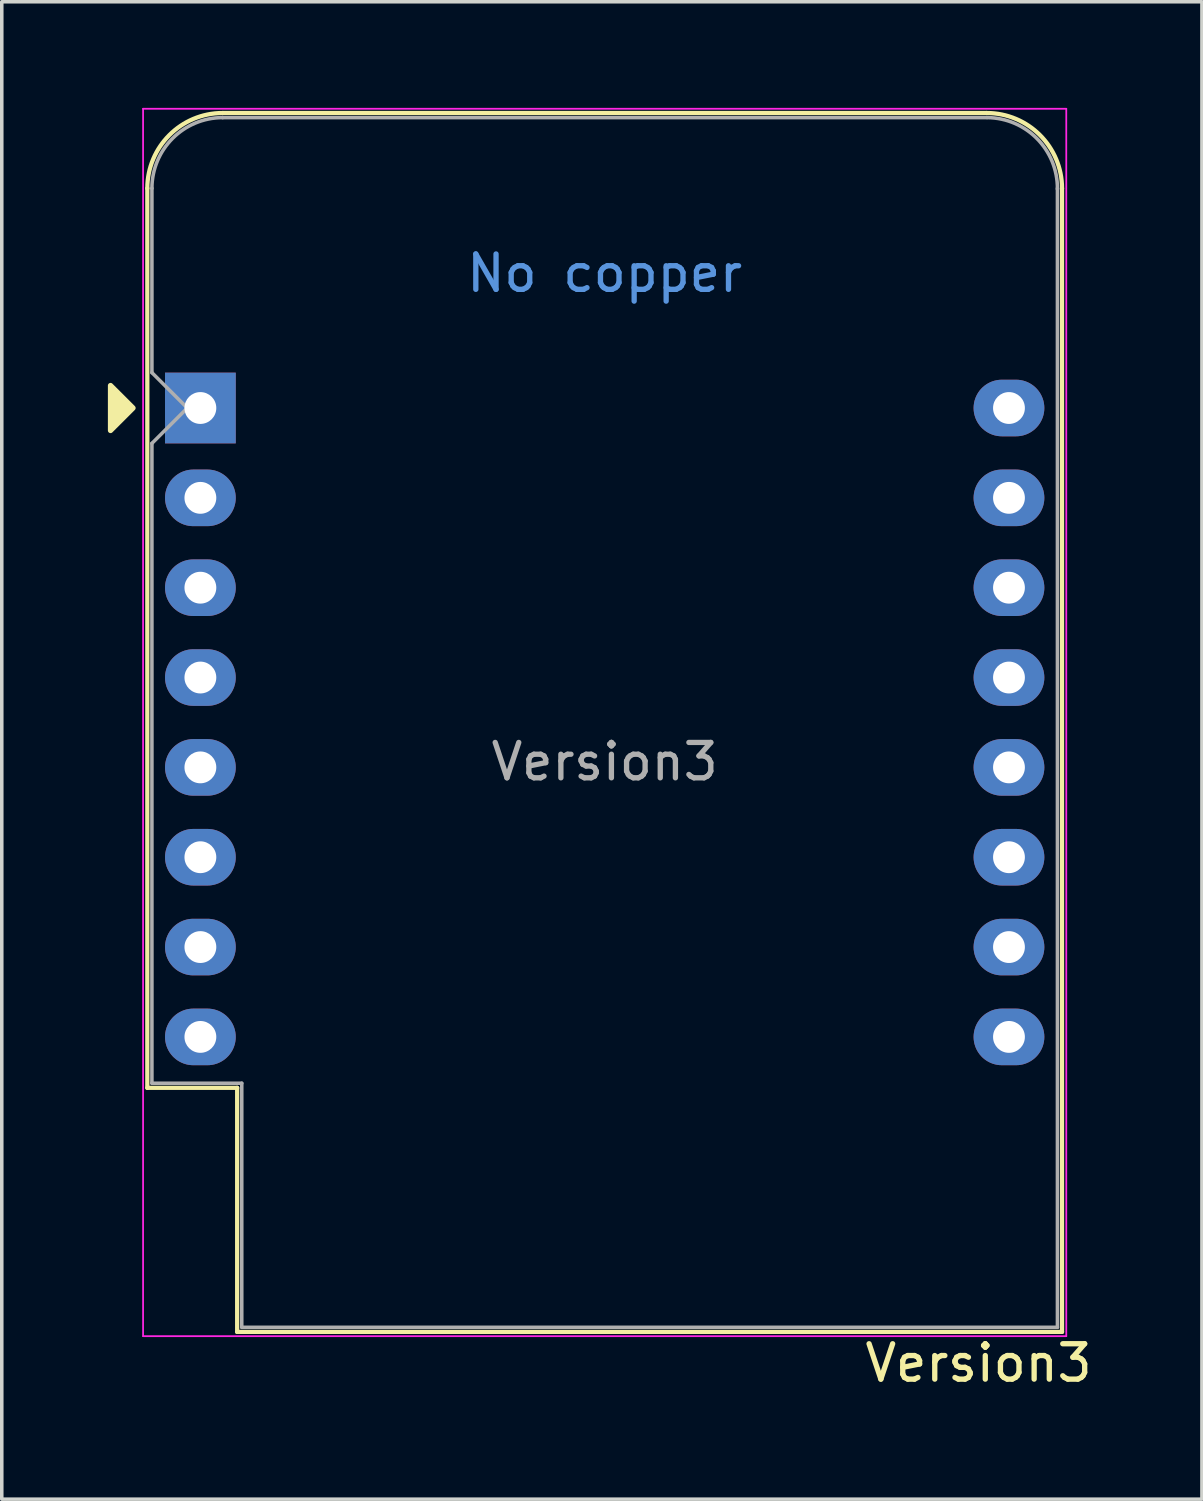
<source format=kicad_pcb>
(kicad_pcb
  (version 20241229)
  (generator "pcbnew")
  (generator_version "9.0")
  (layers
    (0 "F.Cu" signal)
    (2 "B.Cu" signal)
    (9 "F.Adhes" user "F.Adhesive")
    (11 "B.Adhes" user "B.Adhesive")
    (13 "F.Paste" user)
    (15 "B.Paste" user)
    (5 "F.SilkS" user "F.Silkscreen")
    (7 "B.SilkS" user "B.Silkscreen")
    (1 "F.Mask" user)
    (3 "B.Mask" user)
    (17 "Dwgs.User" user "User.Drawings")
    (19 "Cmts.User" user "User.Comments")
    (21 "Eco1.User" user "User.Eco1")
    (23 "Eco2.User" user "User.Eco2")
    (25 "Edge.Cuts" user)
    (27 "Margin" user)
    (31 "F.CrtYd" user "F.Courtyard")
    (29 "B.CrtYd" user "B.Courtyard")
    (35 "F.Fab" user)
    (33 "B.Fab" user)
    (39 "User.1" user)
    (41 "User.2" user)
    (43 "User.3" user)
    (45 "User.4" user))
  (footprint "Version3"
    (layer "F.Cu")
    (at 2.615 8.485)
    (property "Reference" "Version3" (at 22 27 0) (layer "F.SilkS") (effects (font (size 1 1) (thickness 0.15))))
    (attr through_hole)
    (fp_line (start -1.5 19.22) (end -1.5 -6.21) (stroke (width 0.12) (type solid)) (layer "F.SilkS"))
    (fp_line (start -1.5 19.22) (end 1.04 19.22) (stroke (width 0.12) (type solid)) (layer "F.SilkS"))
    (fp_line (start 1.04 19.22) (end 1.04 26.12) (stroke (width 0.12) (type solid)) (layer "F.SilkS"))
    (fp_line (start 1.04 26.12) (end 24.36 26.12) (stroke (width 0.12) (type solid)) (layer "F.SilkS"))
    (fp_line (start 22.24 -8.34) (end 0.63 -8.34) (stroke (width 0.12) (type solid)) (layer "F.SilkS"))
    (fp_line (start 24.36 26.12) (end 24.36 -6.21) (stroke (width 0.12) (type solid)) (layer "F.SilkS"))
    (fp_arc (start -1.5 -6.21) (mid -0.876137 -7.716137) (end 0.63 -8.34) (stroke (width 0.12) (type solid)) (layer "F.SilkS"))
    (fp_arc (start 22.23 -8.34) (mid 23.736137 -7.716137) (end 24.36 -6.21) (stroke (width 0.12) (type solid)) (layer "F.SilkS"))
    (fp_poly (pts (xy -2.54 -0.635) (xy -2.54 0.635) (xy -1.905 0)) (stroke (width 0.15) (type solid)) (fill yes) (layer "F.SilkS"))
    (fp_line (start -1.62 -8.46) (end 24.48 -8.46) (stroke (width 0.05) (type solid)) (layer "F.CrtYd"))
    (fp_line (start -1.62 26.24) (end -1.62 -8.46) (stroke (width 0.05) (type solid)) (layer "F.CrtYd"))
    (fp_line (start 24.48 -8.46) (end 24.48 26.24) (stroke (width 0.05) (type solid)) (layer "F.CrtYd"))
    (fp_line (start 24.48 26.24) (end -1.62 26.24) (stroke (width 0.05) (type solid)) (layer "F.CrtYd"))
    (fp_line (start -1.37 -6.21) (end -1.37 -1) (stroke (width 0.1) (type solid)) (layer "F.Fab"))
    (fp_line (start -1.37 1) (end -1.37 19.09) (stroke (width 0.1) (type solid)) (layer "F.Fab"))
    (fp_line (start -1.37 1) (end -0.37 0) (stroke (width 0.1) (type solid)) (layer "F.Fab"))
    (fp_line (start -1.37 19.09) (end 1.17 19.09) (stroke (width 0.1) (type solid)) (layer "F.Fab"))
    (fp_line (start -0.37 0) (end -1.37 -1) (stroke (width 0.1) (type solid)) (layer "F.Fab"))
    (fp_line (start 1.17 19.09) (end 1.17 25.99) (stroke (width 0.1) (type solid)) (layer "F.Fab"))
    (fp_line (start 1.17 25.99) (end 24.23 25.99) (stroke (width 0.1) (type solid)) (layer "F.Fab"))
    (fp_line (start 22.23 -8.21) (end 0.63 -8.21) (stroke (width 0.1) (type solid)) (layer "F.Fab"))
    (fp_line (start 24.23 25.99) (end 24.23 -6.21) (stroke (width 0.1) (type solid)) (layer "F.Fab"))
    (fp_arc (start -1.37 -6.21) (mid -0.784214 -7.624214) (end 0.63 -8.21) (stroke (width 0.1) (type solid)) (layer "F.Fab"))
    (fp_arc (start 22.25 -8.21) (mid 23.658356 -7.610071) (end 24.23 -6.19) (stroke (width 0.1) (type solid)) (layer "F.Fab"))
    (fp_text user "No copper" (at 11.43 -3.81 0) (layer "Cmts.User") (effects (font (size 1 1) (thickness 0.15))))
    (fp_text user "${REFERENCE}" (at 11.43 10 0) (layer "F.Fab") (effects (font (size 1 1) (thickness 0.15))))
    (pad "1" thru_hole rect (at 0 0) (size 2 2) (drill 0.9) (layers "*.Cu" "*.Mask"))
    (pad "2" thru_hole oval (at 0 2.54) (size 2 1.6) (drill 0.9) (layers "*.Cu" "*.Mask"))
    (pad "3" thru_hole oval (at 0 5.08) (size 2 1.6) (drill 0.9) (layers "*.Cu" "*.Mask"))
    (pad "4" thru_hole oval (at 0 7.62) (size 2 1.6) (drill 0.9) (layers "*.Cu" "*.Mask"))
    (pad "5" thru_hole oval (at 0 10.16) (size 2 1.6) (drill 0.9) (layers "*.Cu" "*.Mask"))
    (pad "6" thru_hole oval (at 0 12.7) (size 2 1.6) (drill 0.9) (layers "*.Cu" "*.Mask"))
    (pad "7" thru_hole oval (at 0 15.24) (size 2 1.6) (drill 0.9) (layers "*.Cu" "*.Mask"))
    (pad "8" thru_hole oval (at 0 17.78) (size 2 1.6) (drill 0.9) (layers "*.Cu" "*.Mask"))
    (pad "9" thru_hole oval (at 22.86 17.78) (size 2 1.6) (drill 0.9) (layers "*.Cu" "*.Mask"))
    (pad "10" thru_hole oval (at 22.86 15.24) (size 2 1.6) (drill 0.9) (layers "*.Cu" "*.Mask"))
    (pad "11" thru_hole oval (at 22.86 12.7) (size 2 1.6) (drill 0.9) (layers "*.Cu" "*.Mask"))
    (pad "12" thru_hole oval (at 22.86 10.16) (size 2 1.6) (drill 0.9) (layers "*.Cu" "*.Mask"))
    (pad "13" thru_hole oval (at 22.86 7.62) (size 2 1.6) (drill 0.9) (layers "*.Cu" "*.Mask"))
    (pad "14" thru_hole oval (at 22.86 5.08) (size 2 1.6) (drill 0.9) (layers "*.Cu" "*.Mask"))
    (pad "15" thru_hole oval (at 22.86 2.54) (size 2 1.6) (drill 0.9) (layers "*.Cu" "*.Mask"))
    (pad "16" thru_hole oval (at 22.86 0) (size 2 1.6) (drill 0.9) (layers "*.Cu" "*.Mask"))
    (zone (net_name "") (layers "F.Cu" "B.Cu" "Dwgs.User") (name "No Copper") (hatch edge 0.5) (connect_pads) (min_thickness 0.25) (filled_areas_thickness no) (keepout (tracks not_allowed) (vias not_allowed) (pads not_allowed) (copperpour not_allowed) (footprints not_allowed)) (placement (enabled no)) (fill) (polygon (pts (xy 1.265 0.285) (xy 26.865 0.285) (xy 26.865 7.085) (xy 1.265 7.085)))))
  (gr_rect
    (start -3 -3)
    (end 30.93 39.333)
    (stroke (width 0.1) (type default))
    (fill no)
    (layer "Edge.Cuts")))
</source>
